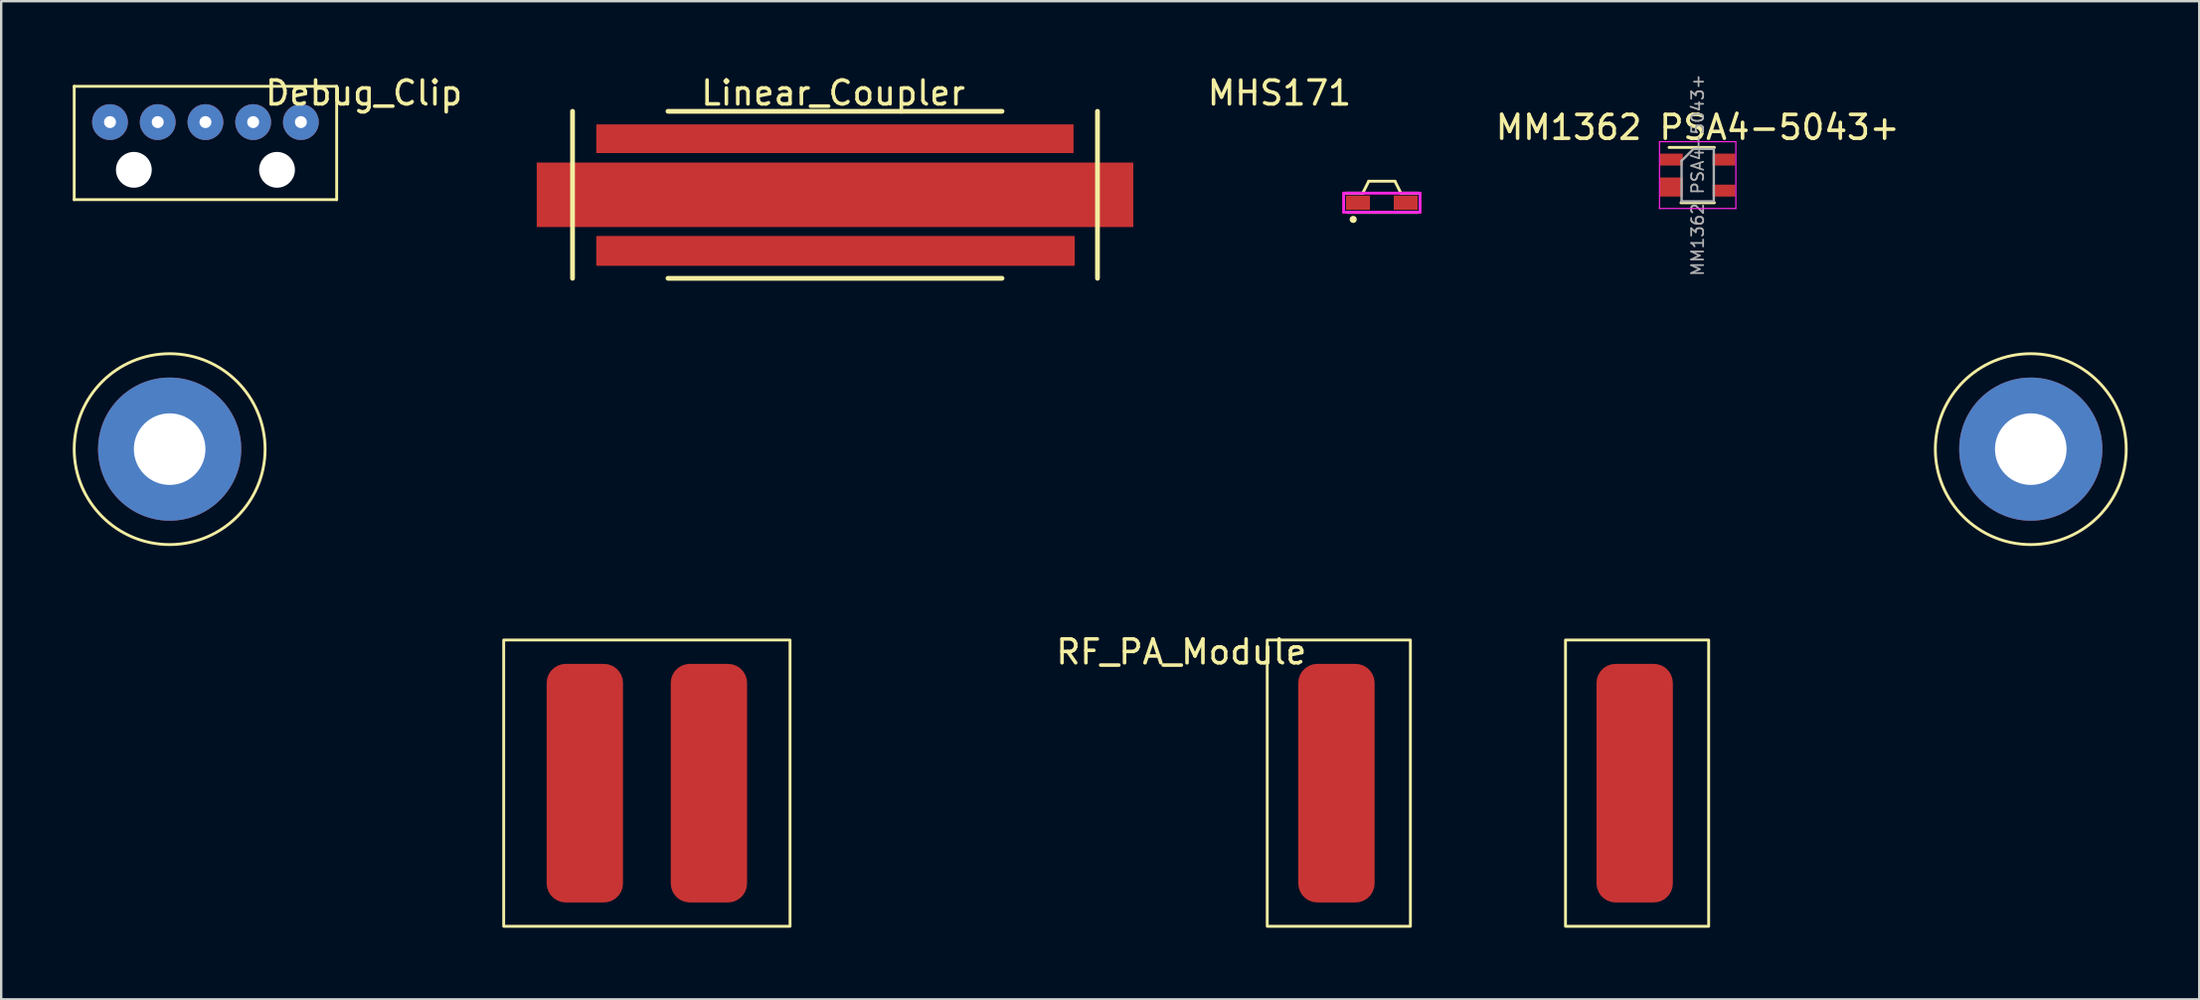
<source format=kicad_pcb>
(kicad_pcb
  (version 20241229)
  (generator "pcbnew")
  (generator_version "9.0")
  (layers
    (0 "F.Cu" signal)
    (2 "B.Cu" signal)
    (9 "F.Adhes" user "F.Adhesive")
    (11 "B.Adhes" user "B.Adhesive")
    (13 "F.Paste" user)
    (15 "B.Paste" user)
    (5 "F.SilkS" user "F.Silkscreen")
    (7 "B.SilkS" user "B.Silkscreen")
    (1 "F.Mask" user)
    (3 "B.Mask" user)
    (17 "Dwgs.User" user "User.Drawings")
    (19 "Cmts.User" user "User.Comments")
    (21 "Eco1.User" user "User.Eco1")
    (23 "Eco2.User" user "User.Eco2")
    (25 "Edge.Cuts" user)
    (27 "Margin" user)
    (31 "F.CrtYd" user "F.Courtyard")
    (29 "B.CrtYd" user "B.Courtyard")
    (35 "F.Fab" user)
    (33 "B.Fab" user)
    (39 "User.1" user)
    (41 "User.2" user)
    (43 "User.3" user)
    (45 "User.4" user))
  (footprint "RF_PA_Module"
    (layer "F.Cu")
    (at 43.06 22.775)
    (property "Reference" "RF_PA_Module" (at 3.4 1.5 0) (unlocked yes) (layer "F.SilkS") (effects (font (size 1 1) (thickness 0.15))))
    (attr smd exclude_from_pos_files exclude_from_bom)
    (fp_rect (start -25 1) (end -13 13) (stroke (width 0.12) (type solid)) (fill no) (layer "F.SilkS"))
    (fp_rect (start 13 13) (end 7 1) (stroke (width 0.12) (type solid)) (fill no) (layer "F.SilkS"))
    (fp_rect (start 19.5 1) (end 25.5 13) (stroke (width 0.12) (type solid)) (fill no) (layer "F.SilkS"))
    (fp_circle (center -39 -7) (end -35 -7) (stroke (width 0.12) (type solid)) (fill no) (layer "F.SilkS"))
    (fp_circle (center 39 -7) (end 43 -7) (stroke (width 0.12) (type solid)) (fill no) (layer "F.SilkS"))
    (pad "1" smd roundrect (at -21.6 7) (size 3.2 10) (layers "F.Cu" "F.Mask" "F.Paste") (roundrect_rratio 0.25))
    (pad "2" smd roundrect (at -16.4 7) (size 3.2 10) (layers "F.Cu" "F.Mask" "F.Paste") (roundrect_rratio 0.25))
    (pad "3" smd roundrect (at 9.9 7) (size 3.2 10) (layers "F.Cu" "F.Mask" "F.Paste") (roundrect_rratio 0.25))
    (pad "4" smd roundrect (at 22.4 7) (size 3.2 10) (layers "F.Cu" "F.Mask" "F.Paste") (roundrect_rratio 0.25))
    (pad "5" thru_hole circle (at -39 -7) (size 6 6) (drill 3) (layers "*.Cu" "*.Mask"))
    (pad "6" thru_hole circle (at 39 -7) (size 6 6) (drill 3) (layers "*.Cu" "*.Mask")))
  (footprint "Linear_Coupler"
    (layer "F.Cu")
    (at 31.945 5.115)
    (property "Reference" "Linear_Coupler" (at -0.076 -4.267 0) (unlocked yes) (layer "F.SilkS") (effects (font (size 1 1) (thickness 0.15))))
    (attr smd)
    (fp_line (start -11 -3.5) (end -11 3.5) (stroke (width 0.2) (type default)) (layer "F.SilkS"))
    (fp_line (start -7 3.5) (end 7 3.5) (stroke (width 0.2) (type default)) (layer "F.SilkS"))
    (fp_line (start 7 -3.5) (end -7 -3.5) (stroke (width 0.2) (type default)) (layer "F.SilkS"))
    (fp_line (start 11 3.5) (end 11 -3.5) (stroke (width 0.2) (type default)) (layer "F.SilkS"))
    (pad "1" smd custom (at -11.328 0.102) (size 1.524 1.524) (layers "F.Cu") (options (anchor circle)) (primitives (gr_poly (pts (xy -1.143 -0.381) (xy -1.127 -0.49) (xy -1.072 -0.602) (xy -0.983 -0.691) (xy -0.871 -0.746) (xy -0.762 -0.762) (xy 0.762 -0.762) (xy 0.871 -0.746) (xy 0.983 -0.691) (xy 1.072 -0.602) (xy 1.127 -0.49) (xy 1.143 -0.381) (xy 1.143 0.381) (xy 1.127 0.49) (xy 1.072 0.602) (xy 0.983 0.691) (xy 0.871 0.746) (xy 0.762 0.762) (xy -0.762 0.762) (xy -0.871 0.746) (xy -0.983 0.691) (xy -1.072 0.602) (xy -1.127 0.49) (xy -1.143 0.381)) (width 0) (fill yes)) (gr_poly (pts (xy -1.172 1.248) (xy -1.172 -1.452) (xy 23.828 -1.452) (xy 23.828 1.248)) (width 0.001) (fill yes))))
    (pad "2" smd custom (at -9.068 -2.337) (size 1 1) (layers "F.Cu") (options (anchor circle)) (primitives (gr_poly (pts (xy -0.935 0.587) (xy -0.935 -0.613) (xy 19.065 -0.613) (xy 19.065 0.587)) (width 0.001) (fill yes)) (gr_poly (pts (xy -0.924 -0.25) (xy -0.905 -0.346) (xy -0.851 -0.427) (xy -0.769 -0.481) (xy -0.674 -0.5) (xy 0.826 -0.5) (xy 0.922 -0.481) (xy 1.003 -0.427) (xy 1.057 -0.346) (xy 1.076 -0.25) (xy 1.076 0.25) (xy 1.057 0.346) (xy 1.003 0.427) (xy 0.922 0.481) (xy 0.826 0.5) (xy -0.674 0.5) (xy -0.769 0.481) (xy -0.851 0.427) (xy -0.905 0.346) (xy -0.924 0.25)) (width 0) (fill yes))))
    (pad "3" smd custom (at -8.788 2.388) (size 1 1) (layers "F.Cu") (options (anchor circle)) (primitives (gr_poly (pts (xy -1 -0.25) (xy -0.981 -0.346) (xy -0.927 -0.427) (xy -0.846 -0.481) (xy -0.75 -0.5) (xy 0.75 -0.5) (xy 0.846 -0.481) (xy 0.927 -0.427) (xy 0.981 -0.346) (xy 1 -0.25) (xy 1 0.25) (xy 0.981 0.346) (xy 0.927 0.427) (xy 0.846 0.481) (xy 0.75 0.5) (xy -0.75 0.5) (xy -0.846 0.481) (xy -0.927 0.427) (xy -0.981 0.346) (xy -1 0.25)) (width 0) (fill yes)) (gr_poly (pts (xy 18.808 -0.638) (xy 18.808 0.562) (xy -1.192 0.562) (xy -1.192 -0.638)) (width 0.001) (fill yes)) (gr_line (start 18.808 -0.638) (end -1.192 -0.638) (width 0.05)) (gr_line (start 18.808 0.562) (end 18.808 -0.638) (width 0.05)) (gr_line (start -1.192 0.562) (end 18.808 0.562) (width 0.05)) (gr_line (start -1.192 -0.638) (end -1.192 0.562) (width 0.05)))))
  (footprint "MM1362 PSA4-5043+"
    (layer "F.Cu")
    (at 68.1 4.289)
    (property "Reference" "MM1362 PSA4-5043+" (at 0 -2 0) (layer "F.SilkS") (effects (font (size 1 1) (thickness 0.15))))
    (attr smd)
    (fp_line (start -0.7 1.16) (end 0.7 1.16) (stroke (width 0.12) (type solid)) (layer "F.SilkS"))
    (fp_line (start 0.7 -1.16) (end -1.2 -1.16) (stroke (width 0.12) (type solid)) (layer "F.SilkS"))
    (fp_line (start -1.6 -1.4) (end -1.6 1.4) (stroke (width 0.05) (type solid)) (layer "F.CrtYd"))
    (fp_line (start -1.6 -1.4) (end 1.6 -1.4) (stroke (width 0.05) (type solid)) (layer "F.CrtYd"))
    (fp_line (start -1.6 1.4) (end 1.6 1.4) (stroke (width 0.05) (type solid)) (layer "F.CrtYd"))
    (fp_line (start 1.6 1.4) (end 1.6 -1.4) (stroke (width 0.05) (type solid)) (layer "F.CrtYd"))
    (fp_line (start -0.675 -0.6) (end -0.675 1.1) (stroke (width 0.1) (type solid)) (layer "F.Fab"))
    (fp_line (start -0.175 -1.1) (end -0.675 -0.6) (stroke (width 0.1) (type solid)) (layer "F.Fab"))
    (fp_line (start 0.675 -1.1) (end -0.175 -1.1) (stroke (width 0.1) (type solid)) (layer "F.Fab"))
    (fp_line (start 0.675 -1.1) (end 0.675 1.1) (stroke (width 0.1) (type solid)) (layer "F.Fab"))
    (fp_line (start 0.675 1.1) (end -0.675 1.1) (stroke (width 0.1) (type solid)) (layer "F.Fab"))
    (fp_text user "${REFERENCE}" (at 0 0 90) (layer "F.Fab") (effects (font (size 0.5 0.5) (thickness 0.075))))
    (pad "1" smd rect (at -1.1 -0.65) (size 0.95 0.5) (layers "F.Cu" "F.Mask" "F.Paste"))
    (pad "2" smd rect (at -1.1 0.5) (size 0.95 0.8) (layers "F.Cu" "F.Mask" "F.Paste"))
    (pad "3" smd rect (at 1.1 0.65) (size 0.95 0.5) (layers "F.Cu" "F.Mask" "F.Paste"))
    (pad "4" smd rect (at 1.1 -0.65) (size 0.95 0.5) (layers "F.Cu" "F.Mask" "F.Paste")))
  (footprint "Debug_Clip"
    (layer "F.Cu")
    (at 5.56 2.068)
    (property "Reference" "Debug_Clip" (at 6.64 -1.22 0) (unlocked yes) (layer "F.SilkS") (effects (font (size 1 1) (thickness 0.15))))
    (attr through_hole exclude_from_pos_files exclude_from_bom)
    (fp_line (start -5.5 -1.5) (end -5.5 3.25) (stroke (width 0.12) (type solid)) (layer "F.SilkS"))
    (fp_line (start -5.5 3.25) (end 5.5 3.25) (stroke (width 0.12) (type solid)) (layer "F.SilkS"))
    (fp_line (start 5.5 -1.5) (end -5.5 -1.5) (stroke (width 0.12) (type solid)) (layer "F.SilkS"))
    (fp_line (start 5.5 3.25) (end 5.5 -1.5) (stroke (width 0.12) (type solid)) (layer "F.SilkS"))
    (pad "" np_thru_hole circle (at -3 2) (size 1.5 1.5) (drill 1.5) (layers "*.Cu" "*.Mask"))
    (pad "" np_thru_hole circle (at 3 2) (size 1.5 1.5) (drill 1.5) (layers "*.Cu" "*.Mask"))
    (pad "1" thru_hole circle (at -4 0) (size 1.5 1.5) (drill 0.5) (layers "*.Cu" "*.Mask"))
    (pad "2" thru_hole circle (at -2 0) (size 1.5 1.5) (drill 0.5) (layers "*.Cu" "*.Mask"))
    (pad "3" thru_hole circle (at 0 0) (size 1.5 1.5) (drill 0.5) (layers "*.Cu" "*.Mask"))
    (pad "4" thru_hole circle (at 2 0) (size 1.5 1.5) (drill 0.5) (layers "*.Cu" "*.Mask"))
    (pad "5" thru_hole circle (at 4 0) (size 1.5 1.5) (drill 0.5) (layers "*.Cu" "*.Mask")))
  (footprint "MHS171"
    (layer "F.Cu")
    (at 54.863 5.446)
    (property "Reference" "MHS171" (at -4.293 -4.597 0) (unlocked yes) (layer "F.SilkS") (effects (font (size 1 1) (thickness 0.15))))
    (attr smd)
    (fp_line (start -1.5 -0.4) (end -0.8 -0.4) (stroke (width 0.12) (type default)) (layer "F.SilkS"))
    (fp_line (start -1.448 0.406) (end 1.499 0.406) (stroke (width 0.12) (type default)) (layer "F.SilkS"))
    (fp_line (start -0.8 -0.4) (end -0.55 -0.9) (stroke (width 0.12) (type default)) (layer "F.SilkS"))
    (fp_line (start -0.55 -0.9) (end 0.55 -0.9) (stroke (width 0.12) (type default)) (layer "F.SilkS"))
    (fp_line (start 0.55 -0.9) (end 0.8 -0.4) (stroke (width 0.12) (type default)) (layer "F.SilkS"))
    (fp_line (start 0.8 -0.4) (end 1.5 -0.4) (stroke (width 0.12) (type default)) (layer "F.SilkS"))
    (fp_circle (center -1.2 0.7) (end -1.11 0.7) (stroke (width 0.12) (type solid)) (fill yes) (layer "F.SilkS"))
    (fp_line (start -1.6 -0.4) (end 1.6 -0.4) (stroke (width 0.12) (type default)) (layer "F.CrtYd"))
    (fp_line (start -1.6 0.4) (end -1.6 -0.4) (stroke (width 0.12) (type default)) (layer "F.CrtYd"))
    (fp_line (start 1.6 -0.4) (end 1.6 0.4) (stroke (width 0.12) (type default)) (layer "F.CrtYd"))
    (fp_line (start 1.6 0.4) (end -1.6 0.4) (stroke (width 0.12) (type default)) (layer "F.CrtYd"))
    (pad "1" smd rect (at -1 0) (size 1 0.6) (layers "F.Cu" "F.Mask" "F.Paste"))
    (pad "2" smd rect (at 1 0) (size 1 0.6) (layers "F.Cu" "F.Mask" "F.Paste")))
  (gr_rect
    (start -3 -3)
    (end 89.12 38.835)
    (stroke (width 0.1) (type default))
    (fill no)
    (layer "Edge.Cuts")))
</source>
